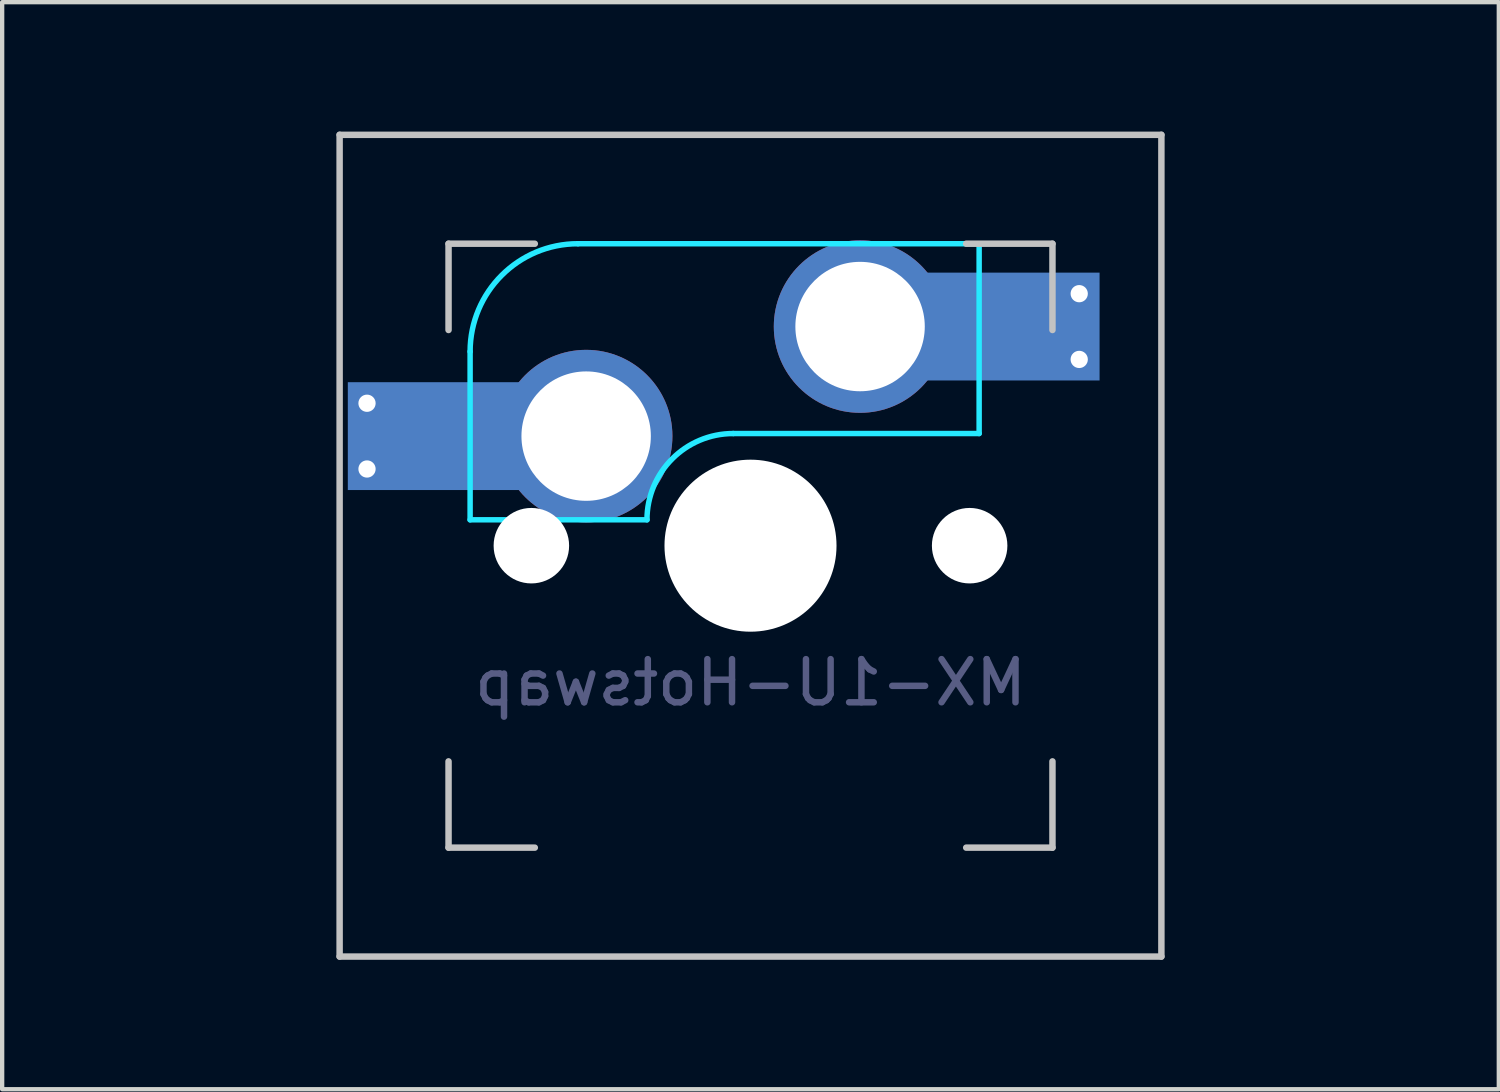
<source format=kicad_pcb>
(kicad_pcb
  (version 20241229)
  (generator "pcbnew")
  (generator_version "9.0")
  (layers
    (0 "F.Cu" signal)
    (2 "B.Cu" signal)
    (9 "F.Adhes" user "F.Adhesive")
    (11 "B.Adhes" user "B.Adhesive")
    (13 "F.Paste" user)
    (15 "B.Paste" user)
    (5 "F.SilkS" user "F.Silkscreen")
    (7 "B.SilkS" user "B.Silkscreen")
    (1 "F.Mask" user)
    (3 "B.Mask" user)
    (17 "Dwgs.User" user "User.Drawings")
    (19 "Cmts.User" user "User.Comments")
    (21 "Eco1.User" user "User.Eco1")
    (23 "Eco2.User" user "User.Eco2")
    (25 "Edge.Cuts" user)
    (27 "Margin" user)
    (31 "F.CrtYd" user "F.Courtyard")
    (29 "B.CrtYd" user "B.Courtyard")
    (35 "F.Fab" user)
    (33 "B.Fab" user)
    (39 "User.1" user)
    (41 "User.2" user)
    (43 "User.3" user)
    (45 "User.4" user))
  (footprint "MX-1U-Hotswap"
    (layer "F.Cu")
    (at 14.348 9.6)
    (property "Reference" "MX-1U-Hotswap" (at 0 3.175 0) (layer "B.Fab") (effects (font (size 1 1) (thickness 0.15)) (justify mirror)))
    (attr through_hole)
    (fp_line (start -9.525 -9.525) (end 9.525 -9.525) (stroke (width 0.15) (type solid)) (layer "Dwgs.User"))
    (fp_line (start -9.525 9.525) (end -9.525 -9.525) (stroke (width 0.15) (type solid)) (layer "Dwgs.User"))
    (fp_line (start -7 -7) (end -7 -5) (stroke (width 0.15) (type solid)) (layer "Dwgs.User"))
    (fp_line (start -7 5) (end -7 7) (stroke (width 0.15) (type solid)) (layer "Dwgs.User"))
    (fp_line (start -7 7) (end -5 7) (stroke (width 0.15) (type solid)) (layer "Dwgs.User"))
    (fp_line (start -5 -7) (end -7 -7) (stroke (width 0.15) (type solid)) (layer "Dwgs.User"))
    (fp_line (start 5 -7) (end 7 -7) (stroke (width 0.15) (type solid)) (layer "Dwgs.User"))
    (fp_line (start 5 7) (end 7 7) (stroke (width 0.15) (type solid)) (layer "Dwgs.User"))
    (fp_line (start 7 -7) (end 7 -5) (stroke (width 0.15) (type solid)) (layer "Dwgs.User"))
    (fp_line (start 7 7) (end 7 5) (stroke (width 0.15) (type solid)) (layer "Dwgs.User"))
    (fp_line (start 9.525 -9.525) (end 9.525 9.525) (stroke (width 0.15) (type solid)) (layer "Dwgs.User"))
    (fp_line (start 9.525 9.525) (end -9.525 9.525) (stroke (width 0.15) (type solid)) (layer "Dwgs.User"))
    (fp_line (start -6.5 -4.5) (end -6.5 -0.6) (stroke (width 0.127) (type solid)) (layer "B.CrtYd"))
    (fp_line (start -6.5 -0.6) (end -2.4 -0.6) (stroke (width 0.127) (type solid)) (layer "B.CrtYd"))
    (fp_line (start -0.4 -2.6) (end 5.3 -2.6) (stroke (width 0.127) (type solid)) (layer "B.CrtYd"))
    (fp_line (start 5.3 -7) (end -4 -7) (stroke (width 0.127) (type solid)) (layer "B.CrtYd"))
    (fp_line (start 5.3 -7) (end 5.3 -2.6) (stroke (width 0.127) (type solid)) (layer "B.CrtYd"))
    (fp_arc (start -6.5 -4.5) (mid -5.767767 -6.267767) (end -4 -7) (stroke (width 0.127) (type solid)) (layer "B.CrtYd"))
    (fp_arc (start -2.4 -0.6) (mid -1.814214 -2.014214) (end -0.4 -2.6) (stroke (width 0.127) (type solid)) (layer "B.CrtYd"))
    (fp_poly (pts (xy -14.287 8.334) (xy -14.287 9.525) (xy -13.097 9.525)) (stroke (width 0.12) (type solid)) (fill no) (layer "User.2"))
    (fp_poly (pts (xy -13.097 -9.525) (xy -14.287 -9.525) (xy -14.287 -8.334)) (stroke (width 0.12) (type solid)) (fill no) (layer "User.2"))
    (fp_poly (pts (xy -11.906 -8.334) (xy -11.906 -9.525) (xy -10.716 -9.525)) (stroke (width 0.12) (type solid)) (fill no) (layer "User.2"))
    (fp_poly (pts (xy -10.716 9.525) (xy -11.906 9.525) (xy -11.906 8.334)) (stroke (width 0.12) (type solid)) (fill no) (layer "User.2"))
    (fp_poly (pts (xy -9.525 -9.525) (xy -7.144 -9.525) (xy -9.525 -7.144)) (stroke (width 0.12) (type solid)) (fill no) (layer "User.2"))
    (fp_poly (pts (xy -9.525 7.144) (xy -9.525 9.525) (xy -7.144 9.525)) (stroke (width 0.12) (type solid)) (fill no) (layer "User.2"))
    (fp_poly (pts (xy 9.525 -9.525) (xy 9.525 -7.144) (xy 7.144 -9.525)) (stroke (width 0.12) (type solid)) (fill no) (layer "User.2"))
    (fp_poly (pts (xy 9.525 7.144) (xy 9.525 9.525) (xy 7.144 9.525)) (stroke (width 0.12) (type solid)) (fill no) (layer "User.2"))
    (fp_poly (pts (xy 10.716 -9.525) (xy 11.906 -9.525) (xy 11.906 -8.334)) (stroke (width 0.12) (type solid)) (fill no) (layer "User.2"))
    (fp_poly (pts (xy 11.906 8.334) (xy 11.906 9.525) (xy 10.716 9.525)) (stroke (width 0.12) (type solid)) (fill no) (layer "User.2"))
    (fp_poly (pts (xy 14.287 -9.525) (xy 14.287 -8.334) (xy 13.097 -9.525)) (stroke (width 0.12) (type solid)) (fill no) (layer "User.2"))
    (fp_poly (pts (xy 14.287 8.334) (xy 13.097 9.525) (xy 14.287 9.525)) (stroke (width 0.12) (type solid)) (fill no) (layer "User.2"))
    (pad "" smd rect (at -7.085 -2.54) (size 2.55 2.5) (layers "B.Mask" "B.Paste"))
    (pad "" np_thru_hole circle (at -5.08 0 48.1) (size 1.75 1.75) (drill 1.75) (layers "*.Cu" "*.Mask"))
    (pad "" np_thru_hole circle (at 0 0) (size 3.988 3.988) (drill 3.988) (layers "*.Cu" "*.Mask"))
    (pad "" np_thru_hole circle (at 5.08 0 48.1) (size 1.75 1.75) (drill 1.75) (layers "*.Cu" "*.Mask"))
    (pad "" smd rect (at 5.815 -5.08) (size 2.55 2.5) (layers "B.Mask" "B.Paste"))
    (pad "1" thru_hole circle (at -8.89 -3.302) (size 0.8 0.8) (drill 0.4) (layers "*.Cu"))
    (pad "1" thru_hole circle (at -8.89 -1.778) (size 0.8 0.8) (drill 0.4) (layers "*.Cu"))
    (pad "1" smd rect (at -7.085 -2.54) (size 4.5 2.5) (layers "B.Cu"))
    (pad "1" thru_hole circle (at -3.81 -2.54) (size 4 4) (drill 3) (layers "*.Cu"))
    (pad "2" thru_hole circle (at 2.54 -5.08) (size 4 4) (drill 3) (layers "*.Cu"))
    (pad "2" smd rect (at 5.842 -5.08) (size 4.5 2.5) (layers "B.Cu"))
    (pad "2" thru_hole circle (at 7.62 -5.842) (size 0.8 0.8) (drill 0.4) (layers "*.Cu"))
    (pad "2" thru_hole circle (at 7.62 -4.318) (size 0.8 0.8) (drill 0.4) (layers "*.Cu")))
  (gr_rect
    (start -3 -3)
    (end 31.695 22.2)
    (stroke (width 0.1) (type default))
    (fill no)
    (layer "Edge.Cuts")))
</source>
